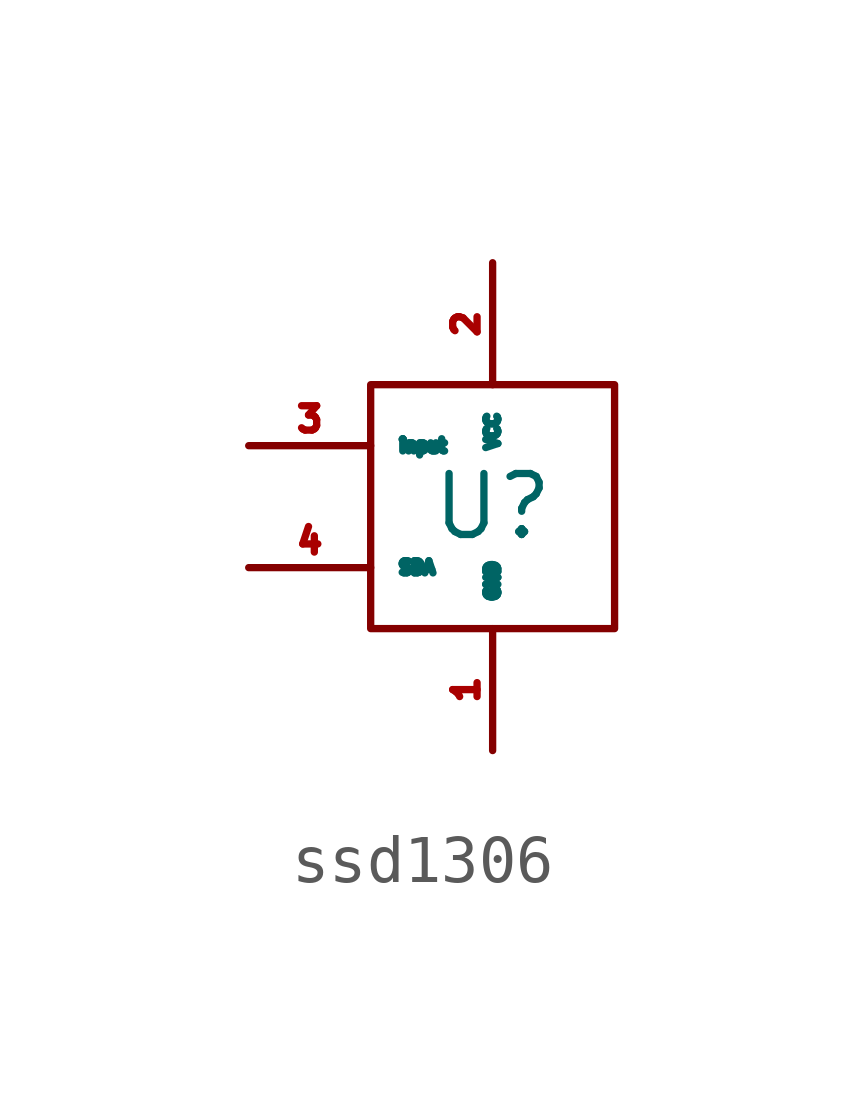
<source format=kicad_sym>
(kicad_symbol_lib
  (version 20241209)
  (generator "kicad_symbol_editor")
  (generator_version "9.0")
  (symbol "ssd1306"
    (property "Reference" "U"
      (at 0 0 0)
      (effects (font (size 1.27 1.27))))
    (property "Value" ""
      (at 0 0 0)
      (effects (font (size 1.27 1.27))))
    (symbol "ssd1306_0_1"
      (rectangle (start -2.54 2.54) (end 2.54 -2.54) (stroke (width 0) (type default)) (fill (type none))))
    (symbol "ssd1306_1_1"
      (pin input line (at -5.08 1.27 0) (length 2.54) (name "input" (effects (font (size 0.254 0.254)))) (number "3" (effects (font (size 0.508 0.508)))))
      (pin bidirectional line (at -5.08 -1.27 0) (length 2.54) (name "SDA" (effects (font (size 0.254 0.254)))) (number "4" (effects (font (size 0.508 0.508)))))
      (pin power_in line (at 0 5.08 270) (length 2.54) (name "VCC" (effects (font (size 0.254 0.254)))) (number "2" (effects (font (size 0.508 0.508)))))
      (pin power_out line (at 0 -5.08 90) (length 2.54) (name "GND" (effects (font (size 0.254 0.254)))) (number "1" (effects (font (size 0.508 0.508))))))))
</source>
